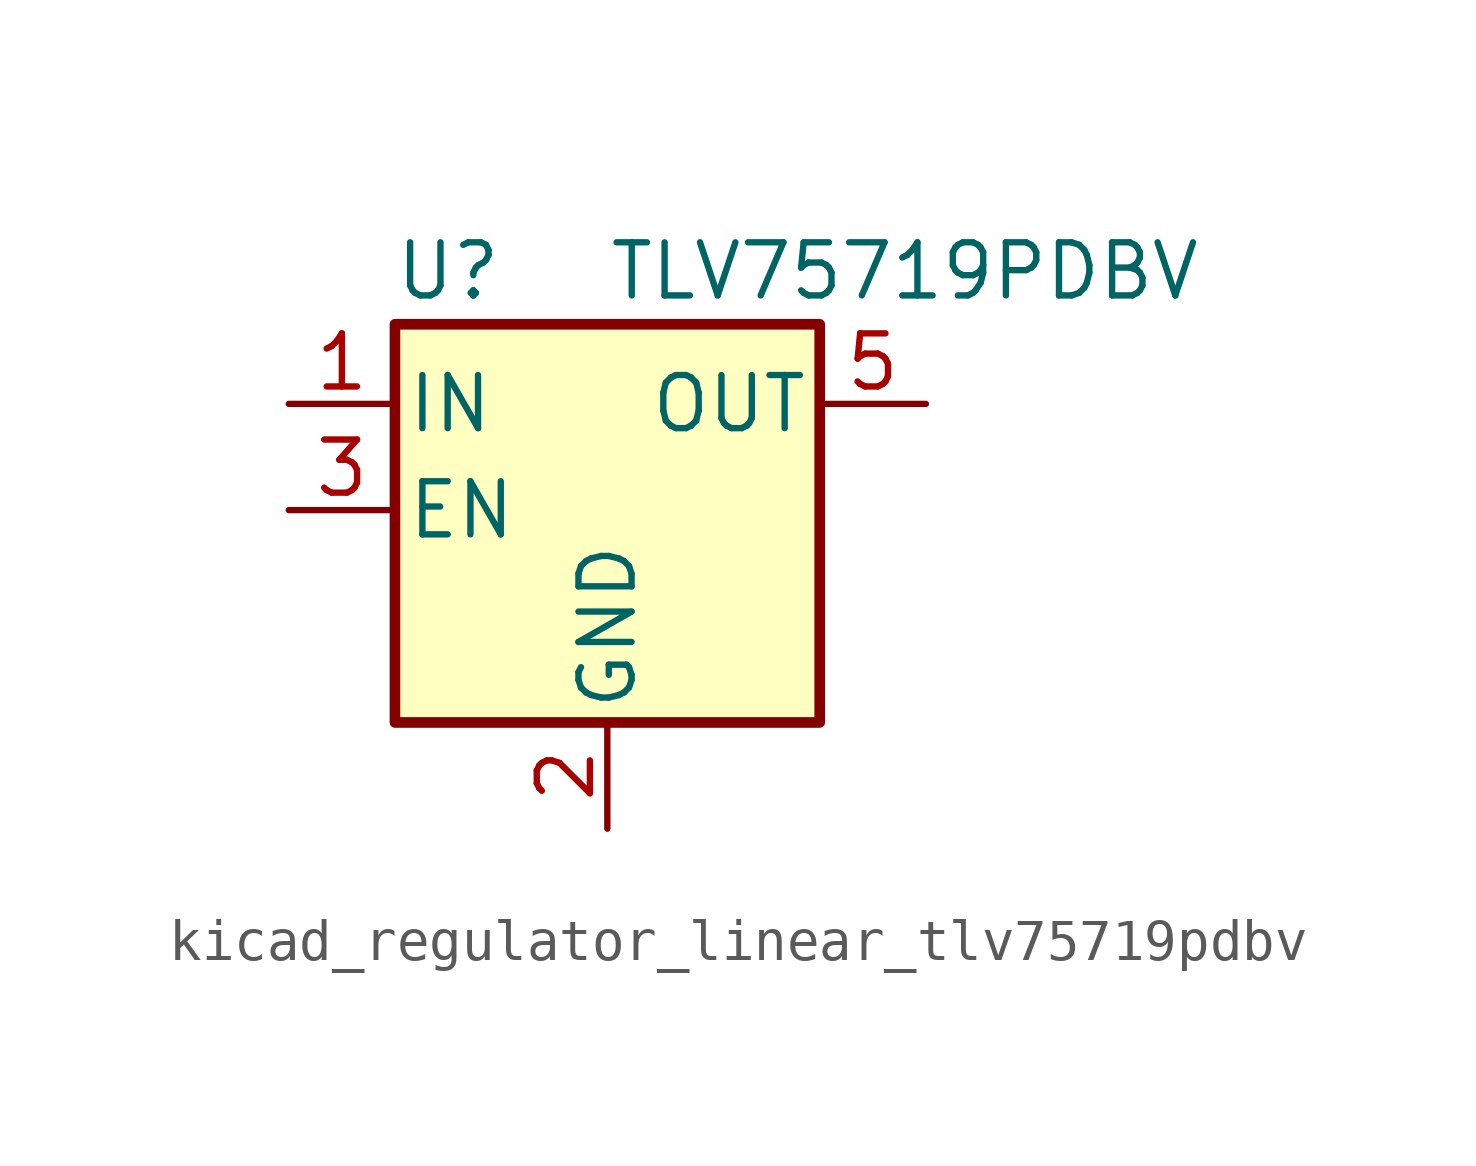
<source format=kicad_sym>
(kicad_symbol_lib
  (version 20220914)
  (generator kicad_symbol_editor)
  (symbol "kicad_regulator_linear_tlv75719pdbv"
    (pin_names
      (offset 0.254))
    (property "Reference" "U"
      (at -3.81 5.715 0)
      (effects (font (size 1.27 1.27))))
    (property "Value" "TLV75719PDBV"
      (at 0 5.715 0)
      (effects (font (size 1.27 1.27)) (justify left)))
    (symbol "kicad_regulator_linear_tlv75719pdbv_0_1"
      (rectangle (start -5.08 4.445) (end 5.08 -5.08) (stroke (width 0.254) (type default)) (fill (type background))))
    (symbol "kicad_regulator_linear_tlv75719pdbv_1_1"
      (pin power_in line (at -7.62 2.54 0) (length 2.54) (name "IN" (effects (font (size 1.27 1.27)))) (number "1" (effects (font (size 1.27 1.27)))))
      (pin power_in line (at 0 -7.62 90) (length 2.54) (name "GND" (effects (font (size 1.27 1.27)))) (number "2" (effects (font (size 1.27 1.27)))))
      (pin input line (at -7.62 0 0) (length 2.54) (name "EN" (effects (font (size 1.27 1.27)))) (number "3" (effects (font (size 1.27 1.27)))))
      (pin no_connect line (at 5.08 0 180) (length 2.54) hide (name "NC" (effects (font (size 1.27 1.27)))) (number "4" (effects (font (size 1.27 1.27)))))
      (pin power_out line (at 7.62 2.54 180) (length 2.54) (name "OUT" (effects (font (size 1.27 1.27)))) (number "5" (effects (font (size 1.27 1.27))))))))
</source>
